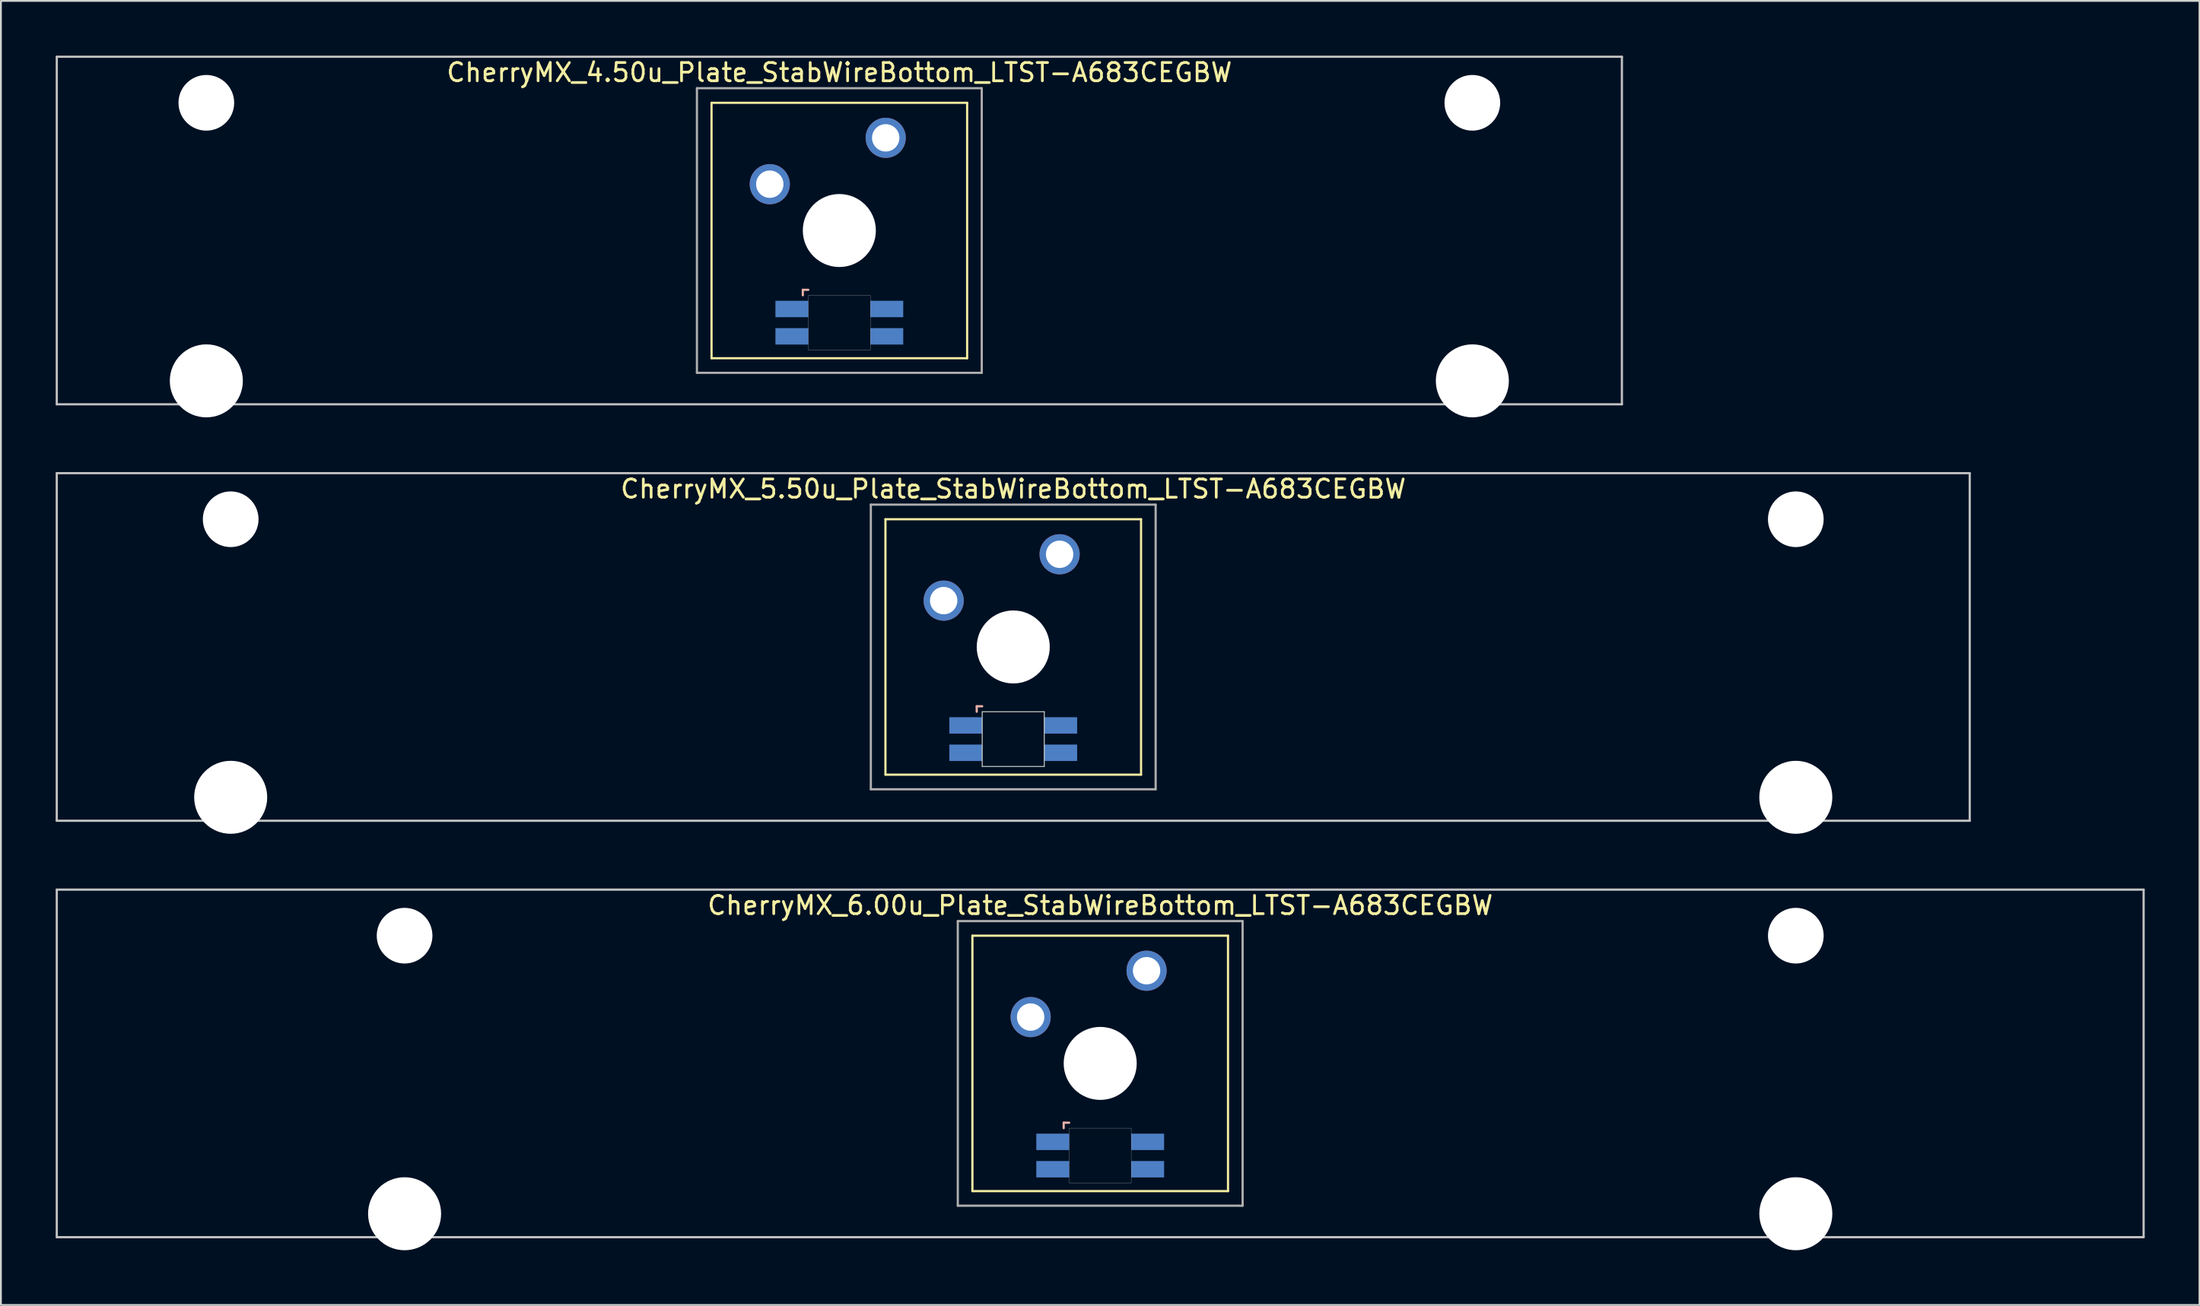
<source format=kicad_pcb>
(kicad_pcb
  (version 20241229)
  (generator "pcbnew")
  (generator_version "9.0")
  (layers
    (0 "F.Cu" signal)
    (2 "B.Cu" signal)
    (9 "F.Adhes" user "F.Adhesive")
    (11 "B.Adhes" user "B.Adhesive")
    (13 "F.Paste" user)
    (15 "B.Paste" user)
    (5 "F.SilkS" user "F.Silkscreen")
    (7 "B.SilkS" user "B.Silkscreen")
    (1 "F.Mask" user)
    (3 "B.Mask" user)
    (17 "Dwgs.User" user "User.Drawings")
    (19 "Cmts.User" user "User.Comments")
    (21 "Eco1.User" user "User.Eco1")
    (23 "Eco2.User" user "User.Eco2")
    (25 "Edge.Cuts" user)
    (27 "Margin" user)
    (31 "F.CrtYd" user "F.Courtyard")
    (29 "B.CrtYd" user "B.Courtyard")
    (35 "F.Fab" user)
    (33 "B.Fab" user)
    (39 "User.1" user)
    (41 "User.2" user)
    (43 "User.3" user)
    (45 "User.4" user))
  (footprint "CherryMX_4.50u_Plate_StabWireBottom_LTST-A683CEGBW"
    (layer "F.Cu")
    (at 42.922 9.585)
    (property "Reference" "CherryMX_4.50u_Plate_StabWireBottom_LTST-A683CEGBW" (at 0 -8.662 0) (layer "F.SilkS") (effects (font (size 1 1) (thickness 0.15))))
    (attr through_hole)
    (fp_line (start -7 -7) (end -7 7) (stroke (width 0.12) (type solid)) (layer "F.SilkS"))
    (fp_line (start -7 -7) (end 7 -7) (stroke (width 0.12) (type solid)) (layer "F.SilkS"))
    (fp_line (start 7 -7) (end 7 7) (stroke (width 0.12) (type solid)) (layer "F.SilkS"))
    (fp_line (start 7 7) (end -7 7) (stroke (width 0.12) (type solid)) (layer "F.SilkS"))
    (fp_line (start -2 3.25) (end -2 3.55) (stroke (width 0.12) (type solid)) (layer "B.SilkS"))
    (fp_line (start -1.7 3.25) (end -2 3.25) (stroke (width 0.12) (type solid)) (layer "B.SilkS"))
    (fp_line (start -42.862 -9.525) (end 42.862 -9.525) (stroke (width 0.12) (type solid)) (layer "Dwgs.User"))
    (fp_line (start -42.862 9.525) (end -42.862 -9.525) (stroke (width 0.12) (type solid)) (layer "Dwgs.User"))
    (fp_line (start 42.862 -9.525) (end 42.862 9.525) (stroke (width 0.12) (type solid)) (layer "Dwgs.User"))
    (fp_line (start 42.862 9.525) (end -42.862 9.525) (stroke (width 0.12) (type solid)) (layer "Dwgs.User"))
    (fp_poly (pts (xy 1.7 6.55) (xy -1.7 6.55) (xy -1.7 3.55) (xy 1.7 3.55)) (stroke (width 0.01) (type solid)) (fill no) (layer "Edge.Cuts"))
    (fp_line (start -7.8 -7.8) (end -7.8 7.8) (stroke (width 0.12) (type solid)) (layer "F.Fab"))
    (fp_line (start -7.8 -7.8) (end 7.8 -7.8) (stroke (width 0.12) (type solid)) (layer "F.Fab"))
    (fp_line (start -7.8 7.8) (end 7.8 7.8) (stroke (width 0.12) (type solid)) (layer "F.Fab"))
    (fp_line (start 7.8 -7.8) (end 7.8 7.8) (stroke (width 0.12) (type solid)) (layer "F.Fab"))
    (pad "" np_thru_hole circle (at -34.671 -7) (size 3.05 3.05) (drill 3.05) (layers "*.Cu" "*.Mask"))
    (pad "" np_thru_hole circle (at -34.671 8.24) (size 4 4) (drill 4) (layers "*.Cu" "*.Mask"))
    (pad "" np_thru_hole circle (at 0 0) (size 4 4) (drill 4) (layers "*.Cu" "*.Mask"))
    (pad "" np_thru_hole circle (at 34.671 -7) (size 3.05 3.05) (drill 3.05) (layers "*.Cu" "*.Mask"))
    (pad "" np_thru_hole circle (at 34.671 8.24) (size 4 4) (drill 4) (layers "*.Cu" "*.Mask"))
    (pad "1" thru_hole circle (at -3.81 -2.54) (size 2.2 2.2) (drill 1.5) (layers "*.Cu" "*.Mask"))
    (pad "2" thru_hole circle (at 2.54 -5.08) (size 2.2 2.2) (drill 1.5) (layers "*.Cu" "*.Mask"))
    (pad "3" smd rect (at -2.6 4.3) (size 1.8 0.9) (layers "B.Cu" "B.Mask" "B.Paste"))
    (pad "4" smd rect (at -2.6 5.8) (size 1.8 0.9) (layers "B.Cu" "B.Mask" "B.Paste"))
    (pad "5" smd rect (at 2.6 4.3) (size 1.8 0.9) (layers "B.Cu" "B.Mask" "B.Paste"))
    (pad "6" smd rect (at 2.6 5.8) (size 1.8 0.9) (layers "B.Cu" "B.Mask" "B.Paste")))
  (footprint "CherryMX_5.50u_Plate_StabWireBottom_LTST-A683CEGBW"
    (layer "F.Cu")
    (at 52.447 32.41)
    (property "Reference" "CherryMX_5.50u_Plate_StabWireBottom_LTST-A683CEGBW" (at 0 -8.662 0) (layer "F.SilkS") (effects (font (size 1 1) (thickness 0.15))))
    (attr through_hole)
    (fp_line (start -7 -7) (end -7 7) (stroke (width 0.12) (type solid)) (layer "F.SilkS"))
    (fp_line (start -7 -7) (end 7 -7) (stroke (width 0.12) (type solid)) (layer "F.SilkS"))
    (fp_line (start 7 -7) (end 7 7) (stroke (width 0.12) (type solid)) (layer "F.SilkS"))
    (fp_line (start 7 7) (end -7 7) (stroke (width 0.12) (type solid)) (layer "F.SilkS"))
    (fp_line (start -2 3.25) (end -2 3.55) (stroke (width 0.12) (type solid)) (layer "B.SilkS"))
    (fp_line (start -1.7 3.25) (end -2 3.25) (stroke (width 0.12) (type solid)) (layer "B.SilkS"))
    (fp_line (start -52.388 -9.525) (end 52.388 -9.525) (stroke (width 0.12) (type solid)) (layer "Dwgs.User"))
    (fp_line (start -52.388 9.525) (end -52.388 -9.525) (stroke (width 0.12) (type solid)) (layer "Dwgs.User"))
    (fp_line (start 52.388 -9.525) (end 52.388 9.525) (stroke (width 0.12) (type solid)) (layer "Dwgs.User"))
    (fp_line (start 52.388 9.525) (end -52.388 9.525) (stroke (width 0.12) (type solid)) (layer "Dwgs.User"))
    (fp_line (start -1.7 3.55) (end 1.7 3.55) (stroke (width 0.05) (type solid)) (layer "Edge.Cuts"))
    (fp_line (start -1.7 6.55) (end -1.7 3.55) (stroke (width 0.05) (type solid)) (layer "Edge.Cuts"))
    (fp_line (start 1.7 3.55) (end 1.7 6.55) (stroke (width 0.05) (type solid)) (layer "Edge.Cuts"))
    (fp_line (start 1.7 6.55) (end -1.7 6.55) (stroke (width 0.05) (type solid)) (layer "Edge.Cuts"))
    (fp_line (start -7.8 -7.8) (end -7.8 7.8) (stroke (width 0.12) (type solid)) (layer "F.Fab"))
    (fp_line (start -7.8 -7.8) (end 7.8 -7.8) (stroke (width 0.12) (type solid)) (layer "F.Fab"))
    (fp_line (start -7.8 7.8) (end 7.8 7.8) (stroke (width 0.12) (type solid)) (layer "F.Fab"))
    (fp_line (start 7.8 -7.8) (end 7.8 7.8) (stroke (width 0.12) (type solid)) (layer "F.Fab"))
    (pad "" np_thru_hole circle (at -42.862 -7) (size 3.05 3.05) (drill 3.05) (layers "*.Cu" "*.Mask"))
    (pad "" np_thru_hole circle (at -42.862 8.24) (size 4 4) (drill 4) (layers "*.Cu" "*.Mask"))
    (pad "" np_thru_hole circle (at 0 0) (size 4 4) (drill 4) (layers "*.Cu" "*.Mask"))
    (pad "" np_thru_hole circle (at 42.862 -7) (size 3.05 3.05) (drill 3.05) (layers "*.Cu" "*.Mask"))
    (pad "" np_thru_hole circle (at 42.862 8.24) (size 4 4) (drill 4) (layers "*.Cu" "*.Mask"))
    (pad "1" thru_hole circle (at -3.81 -2.54) (size 2.2 2.2) (drill 1.5) (layers "*.Cu" "*.Mask"))
    (pad "2" thru_hole circle (at 2.54 -5.08) (size 2.2 2.2) (drill 1.5) (layers "*.Cu" "*.Mask"))
    (pad "3" smd rect (at -2.6 4.3) (size 1.8 0.9) (layers "B.Cu" "B.Mask" "B.Paste"))
    (pad "4" smd rect (at -2.6 5.8) (size 1.8 0.9) (layers "B.Cu" "B.Mask" "B.Paste"))
    (pad "5" smd rect (at 2.6 4.3) (size 1.8 0.9) (layers "B.Cu" "B.Mask" "B.Paste"))
    (pad "6" smd rect (at 2.6 5.8) (size 1.8 0.9) (layers "B.Cu" "B.Mask" "B.Paste")))
  (footprint "CherryMX_6.00u_Plate_StabWireBottom_LTST-A683CEGBW"
    (layer "F.Cu")
    (at 57.21 55.235)
    (property "Reference" "CherryMX_6.00u_Plate_StabWireBottom_LTST-A683CEGBW" (at 0 -8.662 0) (layer "F.SilkS") (effects (font (size 1 1) (thickness 0.15))))
    (attr through_hole)
    (fp_line (start -7 -7) (end -7 7) (stroke (width 0.12) (type solid)) (layer "F.SilkS"))
    (fp_line (start -7 -7) (end 7 -7) (stroke (width 0.12) (type solid)) (layer "F.SilkS"))
    (fp_line (start 7 -7) (end 7 7) (stroke (width 0.12) (type solid)) (layer "F.SilkS"))
    (fp_line (start 7 7) (end -7 7) (stroke (width 0.12) (type solid)) (layer "F.SilkS"))
    (fp_line (start -2 3.25) (end -2 3.55) (stroke (width 0.12) (type solid)) (layer "B.SilkS"))
    (fp_line (start -1.7 3.25) (end -2 3.25) (stroke (width 0.12) (type solid)) (layer "B.SilkS"))
    (fp_line (start -57.15 -9.525) (end 57.15 -9.525) (stroke (width 0.12) (type solid)) (layer "Dwgs.User"))
    (fp_line (start -57.15 9.525) (end -57.15 -9.525) (stroke (width 0.12) (type solid)) (layer "Dwgs.User"))
    (fp_line (start 57.15 -9.525) (end 57.15 9.525) (stroke (width 0.12) (type solid)) (layer "Dwgs.User"))
    (fp_line (start 57.15 9.525) (end -57.15 9.525) (stroke (width 0.12) (type solid)) (layer "Dwgs.User"))
    (fp_poly (pts (xy 1.7 6.55) (xy -1.7 6.55) (xy -1.7 3.55) (xy 1.7 3.55)) (stroke (width 0.01) (type solid)) (fill no) (layer "Edge.Cuts"))
    (fp_line (start -7.8 -7.8) (end -7.8 7.8) (stroke (width 0.12) (type solid)) (layer "F.Fab"))
    (fp_line (start -7.8 -7.8) (end 7.8 -7.8) (stroke (width 0.12) (type solid)) (layer "F.Fab"))
    (fp_line (start -7.8 7.8) (end 7.8 7.8) (stroke (width 0.12) (type solid)) (layer "F.Fab"))
    (fp_line (start 7.8 -7.8) (end 7.8 7.8) (stroke (width 0.12) (type solid)) (layer "F.Fab"))
    (pad "" np_thru_hole circle (at -38.1 -7) (size 3.05 3.05) (drill 3.05) (layers "*.Cu" "*.Mask"))
    (pad "" np_thru_hole circle (at -38.1 8.24) (size 4 4) (drill 4) (layers "*.Cu" "*.Mask"))
    (pad "" np_thru_hole circle (at 0 0) (size 4 4) (drill 4) (layers "*.Cu" "*.Mask"))
    (pad "" np_thru_hole circle (at 38.1 -7) (size 3.05 3.05) (drill 3.05) (layers "*.Cu" "*.Mask"))
    (pad "" np_thru_hole circle (at 38.1 8.24) (size 4 4) (drill 4) (layers "*.Cu" "*.Mask"))
    (pad "1" thru_hole circle (at -3.81 -2.54) (size 2.2 2.2) (drill 1.5) (layers "*.Cu" "*.Mask"))
    (pad "2" thru_hole circle (at 2.54 -5.08) (size 2.2 2.2) (drill 1.5) (layers "*.Cu" "*.Mask"))
    (pad "3" smd rect (at -2.6 4.3) (size 1.8 0.9) (layers "B.Cu" "B.Mask" "B.Paste"))
    (pad "4" smd rect (at -2.6 5.8) (size 1.8 0.9) (layers "B.Cu" "B.Mask" "B.Paste"))
    (pad "5" smd rect (at 2.6 4.3) (size 1.8 0.9) (layers "B.Cu" "B.Mask" "B.Paste"))
    (pad "6" smd rect (at 2.6 5.8) (size 1.8 0.9) (layers "B.Cu" "B.Mask" "B.Paste")))
  (gr_rect
    (start -3 -3)
    (end 117.42 68.475)
    (stroke (width 0.1) (type default))
    (fill no)
    (layer "Edge.Cuts")))
</source>
